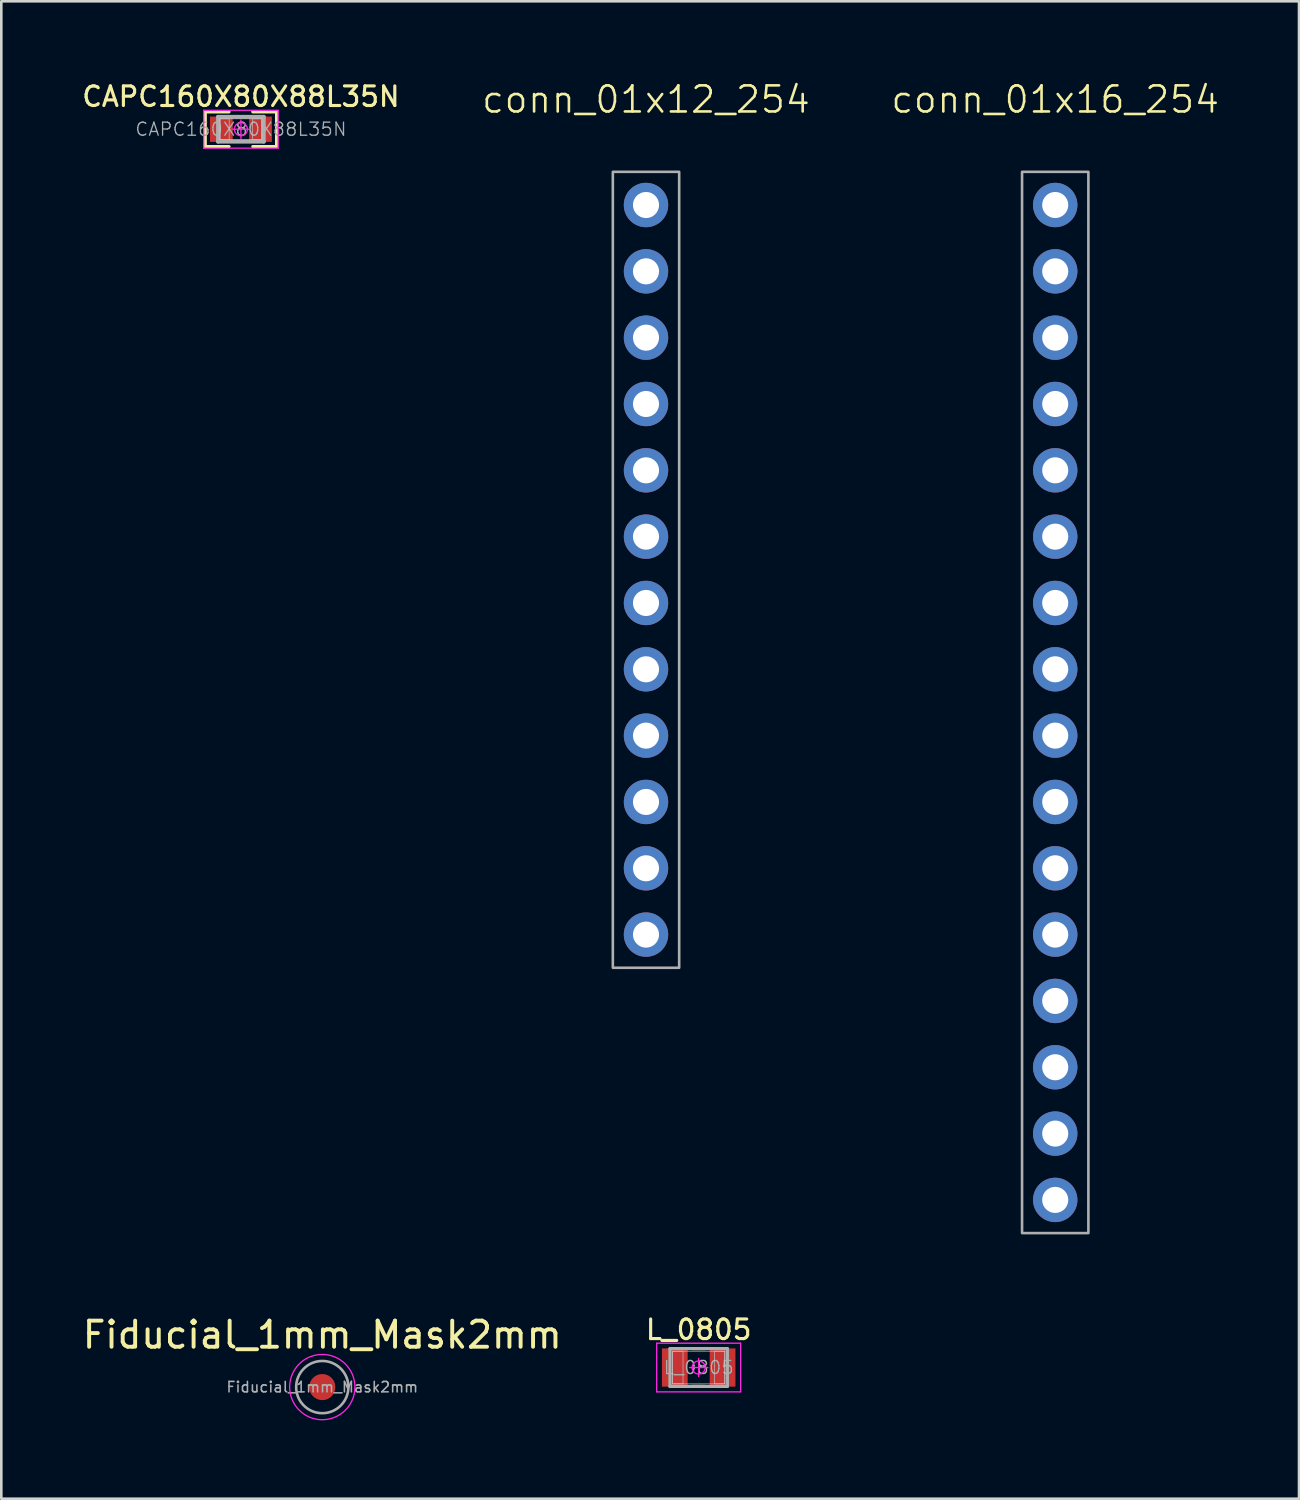
<source format=kicad_pcb>
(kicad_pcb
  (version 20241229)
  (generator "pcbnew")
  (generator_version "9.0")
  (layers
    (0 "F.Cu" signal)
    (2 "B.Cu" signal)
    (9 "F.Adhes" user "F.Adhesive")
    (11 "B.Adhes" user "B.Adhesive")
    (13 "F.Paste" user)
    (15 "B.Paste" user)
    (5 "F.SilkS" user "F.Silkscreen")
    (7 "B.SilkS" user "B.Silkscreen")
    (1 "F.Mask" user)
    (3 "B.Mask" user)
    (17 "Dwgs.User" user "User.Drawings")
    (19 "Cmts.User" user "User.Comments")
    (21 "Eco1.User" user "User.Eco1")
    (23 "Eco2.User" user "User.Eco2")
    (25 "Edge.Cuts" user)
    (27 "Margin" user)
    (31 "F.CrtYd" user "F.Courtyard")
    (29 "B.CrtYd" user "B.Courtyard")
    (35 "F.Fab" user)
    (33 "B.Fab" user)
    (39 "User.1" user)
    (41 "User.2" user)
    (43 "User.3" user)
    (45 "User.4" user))
  (footprint "Fiducial_1mm_Mask2mm"
    (layer "F.Cu")
    (at 9.292 50.069)
    (property "Reference" "Fiducial_1mm_Mask2mm" (at 0 -2 0) (layer "F.SilkS") (effects (font (size 1 1) (thickness 0.15))))
    (attr smd allow_soldermask_bridges)
    (fp_circle (center 0 0) (end 1.25 0) (stroke (width 0.05) (type solid)) (fill no) (layer "F.CrtYd"))
    (fp_circle (center 0 0) (end 1 0) (stroke (width 0.1) (type solid)) (fill no) (layer "F.Fab"))
    (fp_text user "${REFERENCE}" (at 0 0 0) (layer "F.Fab") (effects (font (size 0.4 0.4) (thickness 0.06))))
    (pad "" smd circle (at 0 0) (size 1 1) (layers "F.Cu" "F.Mask")))
  (footprint "L_0805"
    (layer "F.Cu")
    (at 23.706 49.32)
    (property "Reference" "L_0805" (at 0 -1.45 0) (layer "F.SilkS") (effects (font (size 0.75 0.75) (thickness 0.12))))
    (attr smd)
    (fp_line (start -0.242 -0.725) (end 0.242 -0.725) (stroke (width 0.12) (type solid)) (layer "F.SilkS"))
    (fp_line (start -0.242 0.725) (end 0.242 0.725) (stroke (width 0.12) (type solid)) (layer "F.SilkS"))
    (fp_line (start -1 -0.625) (end -0.6 -0.625) (stroke (width 0.025) (type solid)) (layer "Dwgs.User"))
    (fp_line (start -1 -0.625) (end 1 -0.625) (stroke (width 0.025) (type solid)) (layer "Dwgs.User"))
    (fp_line (start -1 0.625) (end -1 -0.625) (stroke (width 0.025) (type solid)) (layer "Dwgs.User"))
    (fp_line (start -1 0.625) (end -1 -0.625) (stroke (width 0.025) (type solid)) (layer "Dwgs.User"))
    (fp_line (start -0.6 -0.625) (end -0.6 0.625) (stroke (width 0.025) (type solid)) (layer "Dwgs.User"))
    (fp_line (start -0.6 0.625) (end -1 0.625) (stroke (width 0.025) (type solid)) (layer "Dwgs.User"))
    (fp_line (start 0.6 -0.625) (end 1 -0.625) (stroke (width 0.025) (type solid)) (layer "Dwgs.User"))
    (fp_line (start 0.6 0.625) (end 0.6 -0.625) (stroke (width 0.025) (type solid)) (layer "Dwgs.User"))
    (fp_line (start 1 -0.625) (end 1 0.625) (stroke (width 0.025) (type solid)) (layer "Dwgs.User"))
    (fp_line (start 1 -0.625) (end 1 0.625) (stroke (width 0.025) (type solid)) (layer "Dwgs.User"))
    (fp_line (start 1 0.625) (end -1 0.625) (stroke (width 0.025) (type solid)) (layer "Dwgs.User"))
    (fp_line (start 1 0.625) (end 0.6 0.625) (stroke (width 0.025) (type solid)) (layer "Dwgs.User"))
    (fp_line (start -1.608 -0.932) (end 1.608 -0.932) (stroke (width 0.05) (type solid)) (layer "F.CrtYd"))
    (fp_line (start -1.608 0.932) (end -1.608 -0.932) (stroke (width 0.05) (type solid)) (layer "F.CrtYd"))
    (fp_line (start 0 -0.35) (end 0 0.35) (stroke (width 0.05) (type solid)) (layer "F.CrtYd"))
    (fp_line (start 0.35 0) (end -0.35 0) (stroke (width 0.05) (type solid)) (layer "F.CrtYd"))
    (fp_line (start 1.608 -0.932) (end 1.608 0.932) (stroke (width 0.05) (type solid)) (layer "F.CrtYd"))
    (fp_line (start 1.608 0.932) (end -1.608 0.932) (stroke (width 0.05) (type solid)) (layer "F.CrtYd"))
    (fp_circle (center 0 0) (end 0 0.25) (stroke (width 0.05) (type solid)) (fill no) (layer "F.CrtYd"))
    (fp_line (start -1.1 -0.725) (end 1.1 -0.725) (stroke (width 0.12) (type solid)) (layer "F.Fab"))
    (fp_line (start -1.1 0.725) (end -1.1 -0.725) (stroke (width 0.12) (type solid)) (layer "F.Fab"))
    (fp_line (start 1.1 -0.725) (end 1.1 0.725) (stroke (width 0.12) (type solid)) (layer "F.Fab"))
    (fp_line (start 1.1 0.725) (end -1.1 0.725) (stroke (width 0.12) (type solid)) (layer "F.Fab"))
    (fp_text user "${REFERENCE}" (at 0 0 0) (layer "F.Fab") (effects (font (size 0.5 0.5) (thickness 0.05))))
    (pad "1" smd rect (at -0.915 0) (size 0.985 1.465) (layers "F.Cu" "F.Mask" "F.Paste"))
    (pad "2" smd rect (at 0.915 0) (size 0.985 1.465) (layers "F.Cu" "F.Mask" "F.Paste")))
  (footprint "conn_01x12_254"
    (layer "F.Cu")
    (at 21.689 4.801)
    (property "Reference" "conn_01x12_254" (at 0 -4.04 0) (unlocked yes) (layer "F.SilkS") (effects (font (size 1 1) (thickness 0.1))))
    (attr through_hole)
    (fp_rect (start -1.27 -1.27) (end 1.27 29.21) (stroke (width 0.1) (type default)) (fill no) (layer "F.Fab"))
    (pad "17" thru_hole circle (at 0 0) (size 1.7 1.7) (drill 1) (layers "*.Cu" "*.Mask"))
    (pad "18" thru_hole circle (at 0 2.54) (size 1.7 1.7) (drill 1) (layers "*.Cu" "*.Mask"))
    (pad "19" thru_hole circle (at 0 5.08) (size 1.7 1.7) (drill 1) (layers "*.Cu" "*.Mask"))
    (pad "20" thru_hole circle (at 0 7.62) (size 1.7 1.7) (drill 1) (layers "*.Cu" "*.Mask"))
    (pad "21" thru_hole circle (at 0 10.16) (size 1.7 1.7) (drill 1) (layers "*.Cu" "*.Mask"))
    (pad "22" thru_hole circle (at 0 12.7) (size 1.7 1.7) (drill 1) (layers "*.Cu" "*.Mask"))
    (pad "23" thru_hole circle (at 0 15.24) (size 1.7 1.7) (drill 1) (layers "*.Cu" "*.Mask"))
    (pad "24" thru_hole circle (at 0 17.78) (size 1.7 1.7) (drill 1) (layers "*.Cu" "*.Mask"))
    (pad "25" thru_hole circle (at 0 20.32) (size 1.7 1.7) (drill 1) (layers "*.Cu" "*.Mask"))
    (pad "26" thru_hole circle (at 0 22.86) (size 1.7 1.7) (drill 1) (layers "*.Cu" "*.Mask"))
    (pad "27" thru_hole circle (at 0 25.4) (size 1.7 1.7) (drill 1) (layers "*.Cu" "*.Mask"))
    (pad "28" thru_hole circle (at 0 27.94) (size 1.7 1.7) (drill 1) (layers "*.Cu" "*.Mask")))
  (footprint "conn_01x16_254"
    (layer "F.Cu")
    (at 37.36 4.801)
    (property "Reference" "conn_01x16_254" (at 0 -4.04 0) (unlocked yes) (layer "F.SilkS") (effects (font (size 1 1) (thickness 0.1))))
    (attr through_hole)
    (fp_rect (start -1.27 -1.27) (end 1.27 39.37) (stroke (width 0.1) (type default)) (fill no) (layer "F.Fab"))
    (pad "1" thru_hole circle (at 0 0) (size 1.7 1.7) (drill 1) (layers "*.Cu" "*.Mask"))
    (pad "2" thru_hole circle (at 0 2.54) (size 1.7 1.7) (drill 1) (layers "*.Cu" "*.Mask"))
    (pad "3" thru_hole circle (at 0 5.08) (size 1.7 1.7) (drill 1) (layers "*.Cu" "*.Mask"))
    (pad "4" thru_hole circle (at 0 7.62) (size 1.7 1.7) (drill 1) (layers "*.Cu" "*.Mask"))
    (pad "5" thru_hole circle (at 0 10.16) (size 1.7 1.7) (drill 1) (layers "*.Cu" "*.Mask"))
    (pad "6" thru_hole circle (at 0 12.7) (size 1.7 1.7) (drill 1) (layers "*.Cu" "*.Mask"))
    (pad "7" thru_hole circle (at 0 15.24) (size 1.7 1.7) (drill 1) (layers "*.Cu" "*.Mask"))
    (pad "8" thru_hole circle (at 0 17.78) (size 1.7 1.7) (drill 1) (layers "*.Cu" "*.Mask"))
    (pad "9" thru_hole circle (at 0 20.32) (size 1.7 1.7) (drill 1) (layers "*.Cu" "*.Mask"))
    (pad "10" thru_hole circle (at 0 22.86) (size 1.7 1.7) (drill 1) (layers "*.Cu" "*.Mask"))
    (pad "11" thru_hole circle (at 0 25.4) (size 1.7 1.7) (drill 1) (layers "*.Cu" "*.Mask"))
    (pad "12" thru_hole circle (at 0 27.94) (size 1.7 1.7) (drill 1) (layers "*.Cu" "*.Mask"))
    (pad "13" thru_hole circle (at 0 30.48) (size 1.7 1.7) (drill 1) (layers "*.Cu" "*.Mask"))
    (pad "14" thru_hole circle (at 0 33.02) (size 1.7 1.7) (drill 1) (layers "*.Cu" "*.Mask"))
    (pad "15" thru_hole circle (at 0 35.56) (size 1.7 1.7) (drill 1) (layers "*.Cu" "*.Mask"))
    (pad "16" thru_hole circle (at 0 38.1) (size 1.7 1.7) (drill 1) (layers "*.Cu" "*.Mask")))
  (footprint "CAPC160X80X88L35N"
    (layer "F.Cu")
    (at 6.176 1.899)
    (property "Reference" "CAPC160X80X88L35N" (at 0 -1.25 0) (layer "F.SilkS") (effects (font (size 0.75 0.75) (thickness 0.12))))
    (attr smd)
    (fp_line (start -1.365 -0.665) (end -0.455 -0.665) (stroke (width 0.12) (type solid)) (layer "F.SilkS"))
    (fp_line (start -1.365 0.665) (end -1.365 -0.665) (stroke (width 0.12) (type solid)) (layer "F.SilkS"))
    (fp_line (start -0.455 0.665) (end -1.365 0.665) (stroke (width 0.12) (type solid)) (layer "F.SilkS"))
    (fp_line (start 0.455 0.665) (end 1.365 0.665) (stroke (width 0.12) (type solid)) (layer "F.SilkS"))
    (fp_line (start 1.365 -0.665) (end 0.455 -0.665) (stroke (width 0.12) (type solid)) (layer "F.SilkS"))
    (fp_line (start 1.365 0.665) (end 1.365 -0.665) (stroke (width 0.12) (type solid)) (layer "F.SilkS"))
    (fp_line (start -0.8 -0.4) (end -0.45 -0.4) (stroke (width 0.025) (type solid)) (layer "Dwgs.User"))
    (fp_line (start -0.8 -0.4) (end 0.8 -0.4) (stroke (width 0.025) (type solid)) (layer "Dwgs.User"))
    (fp_line (start -0.8 0.4) (end -0.8 -0.4) (stroke (width 0.025) (type solid)) (layer "Dwgs.User"))
    (fp_line (start -0.8 0.4) (end -0.8 -0.4) (stroke (width 0.025) (type solid)) (layer "Dwgs.User"))
    (fp_line (start -0.45 -0.4) (end -0.45 0.4) (stroke (width 0.025) (type solid)) (layer "Dwgs.User"))
    (fp_line (start -0.45 0.4) (end -0.8 0.4) (stroke (width 0.025) (type solid)) (layer "Dwgs.User"))
    (fp_line (start 0.45 -0.4) (end 0.8 -0.4) (stroke (width 0.025) (type solid)) (layer "Dwgs.User"))
    (fp_line (start 0.45 0.4) (end 0.45 -0.4) (stroke (width 0.025) (type solid)) (layer "Dwgs.User"))
    (fp_line (start 0.8 -0.4) (end 0.8 0.4) (stroke (width 0.025) (type solid)) (layer "Dwgs.User"))
    (fp_line (start 0.8 -0.4) (end 0.8 0.4) (stroke (width 0.025) (type solid)) (layer "Dwgs.User"))
    (fp_line (start 0.8 0.4) (end -0.8 0.4) (stroke (width 0.025) (type solid)) (layer "Dwgs.User"))
    (fp_line (start 0.8 0.4) (end 0.45 0.4) (stroke (width 0.025) (type solid)) (layer "Dwgs.User"))
    (fp_line (start -1.425 -0.725) (end 1.425 -0.725) (stroke (width 0.05) (type solid)) (layer "F.CrtYd"))
    (fp_line (start -1.425 0.725) (end -1.425 -0.725) (stroke (width 0.05) (type solid)) (layer "F.CrtYd"))
    (fp_line (start 0 -0.35) (end 0 0.35) (stroke (width 0.05) (type solid)) (layer "F.CrtYd"))
    (fp_line (start 0.35 0) (end -0.35 0) (stroke (width 0.05) (type solid)) (layer "F.CrtYd"))
    (fp_line (start 1.425 -0.725) (end 1.425 0.725) (stroke (width 0.05) (type solid)) (layer "F.CrtYd"))
    (fp_line (start 1.425 0.725) (end -1.425 0.725) (stroke (width 0.05) (type solid)) (layer "F.CrtYd"))
    (fp_circle (center 0 0) (end 0 0.25) (stroke (width 0.05) (type solid)) (fill no) (layer "F.CrtYd"))
    (fp_line (start -0.875 -0.475) (end 0.875 -0.475) (stroke (width 0.15) (type solid)) (layer "F.Fab"))
    (fp_line (start -0.875 0.475) (end -0.875 -0.475) (stroke (width 0.15) (type solid)) (layer "F.Fab"))
    (fp_line (start 0.875 -0.475) (end 0.875 0.475) (stroke (width 0.15) (type solid)) (layer "F.Fab"))
    (fp_line (start 0.875 0.475) (end -0.875 0.475) (stroke (width 0.15) (type solid)) (layer "F.Fab"))
    (fp_text user "${REFERENCE}" (at 0 0 0) (layer "F.Fab") (effects (font (size 0.5 0.5) (thickness 0.05))))
    (pad "1" smd rect (at -0.75 0) (size 0.871 0.97) (layers "F.Cu" "F.Mask" "F.Paste"))
    (pad "2" smd rect (at 0.75 0) (size 0.871 0.97) (layers "F.Cu" "F.Mask" "F.Paste")))
  (gr_rect
    (start -3 -3)
    (end 46.696 54.344)
    (stroke (width 0.1) (type default))
    (fill no)
    (layer "Edge.Cuts")))
</source>
